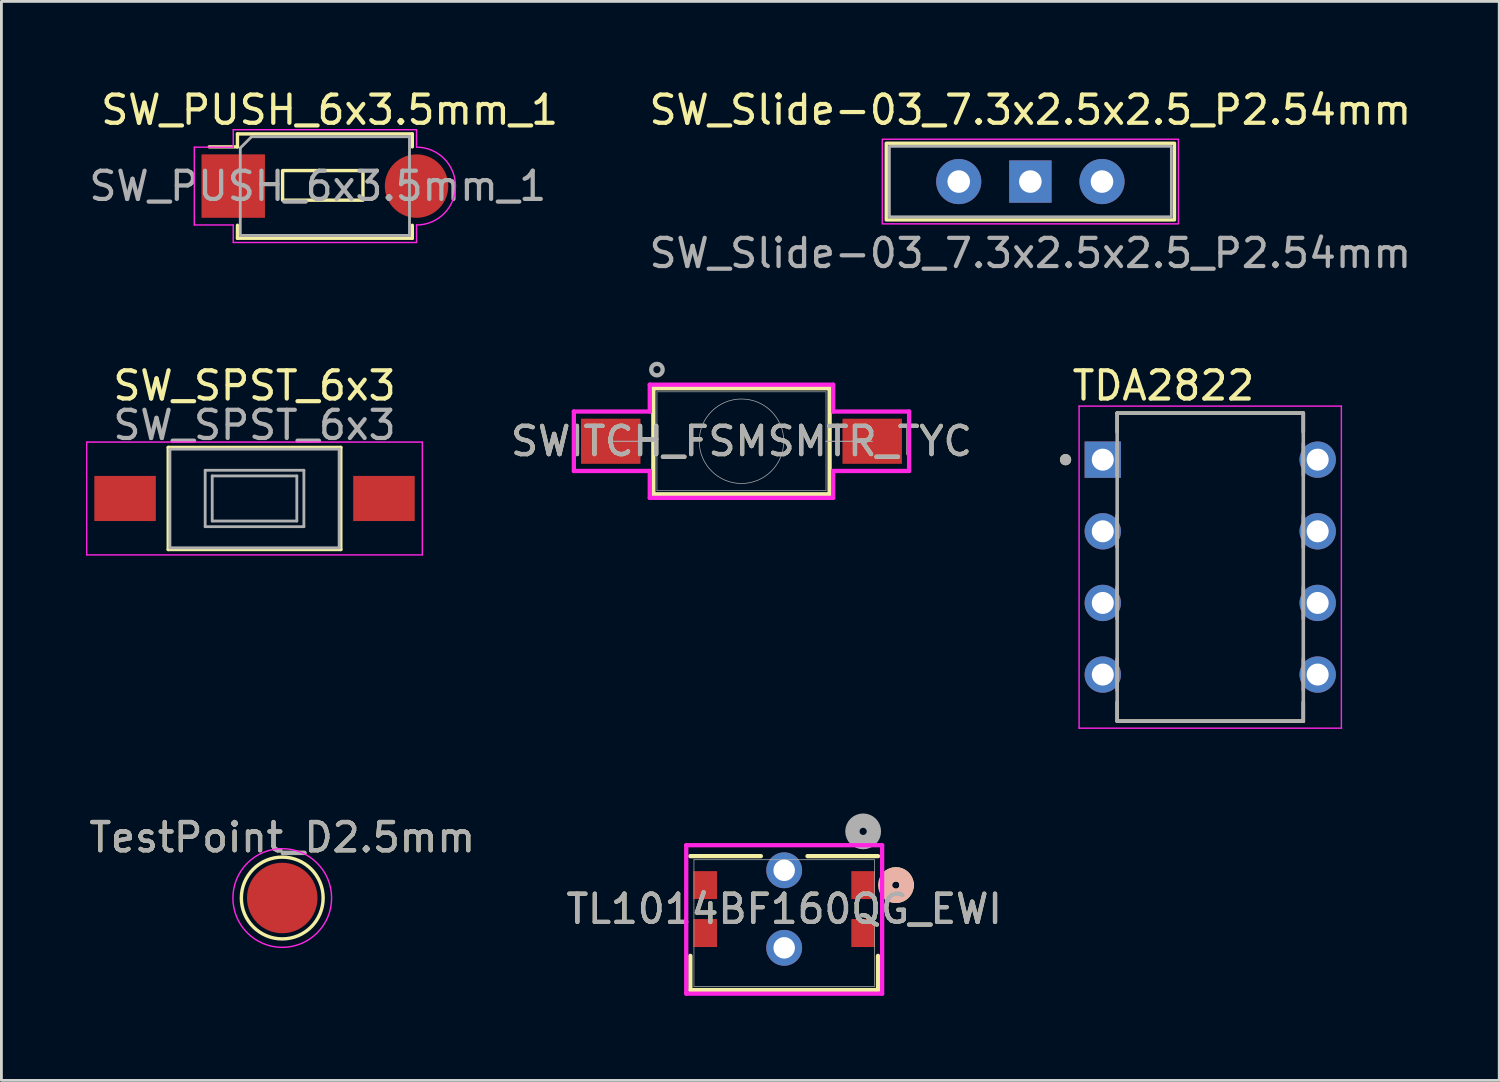
<source format=kicad_pcb>
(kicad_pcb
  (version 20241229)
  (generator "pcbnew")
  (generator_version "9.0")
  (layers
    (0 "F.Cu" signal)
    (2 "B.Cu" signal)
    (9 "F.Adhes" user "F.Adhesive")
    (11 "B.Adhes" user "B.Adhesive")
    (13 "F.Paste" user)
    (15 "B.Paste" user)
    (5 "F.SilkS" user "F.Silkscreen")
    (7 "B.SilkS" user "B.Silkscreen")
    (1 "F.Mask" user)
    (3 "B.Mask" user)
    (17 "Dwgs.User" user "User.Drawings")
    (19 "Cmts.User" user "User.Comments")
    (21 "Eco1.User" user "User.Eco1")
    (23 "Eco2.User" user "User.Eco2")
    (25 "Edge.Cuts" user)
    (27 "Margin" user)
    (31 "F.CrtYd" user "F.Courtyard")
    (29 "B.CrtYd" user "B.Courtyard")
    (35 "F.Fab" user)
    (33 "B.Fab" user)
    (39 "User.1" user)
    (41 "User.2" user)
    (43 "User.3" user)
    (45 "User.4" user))
  (footprint "SW_PUSH_6x3.5mm_1"
    (layer "F.Cu")
    (at 5.22 3.548)
    (property "Reference" "SW_PUSH_6x3.5mm_1" (at 3.42 -2.7 0) (layer "F.SilkS") (effects (font (size 1 1) (thickness 0.15))))
    (attr through_hole)
    (fp_line (start 0.15 -1.85) (end 0.15 -1.39) (stroke (width 0.12) (type default)) (layer "F.SilkS"))
    (fp_line (start 0.15 -1.39) (end -0.85 -1.39) (stroke (width 0.12) (type default)) (layer "F.SilkS"))
    (fp_line (start 0.15 1.39) (end 0.15 1.85) (stroke (width 0.12) (type solid)) (layer "F.SilkS"))
    (fp_line (start 0.15 1.85) (end 6.35 1.85) (stroke (width 0.12) (type solid)) (layer "F.SilkS"))
    (fp_line (start 6.35 -1.85) (end 0.15 -1.85) (stroke (width 0.12) (type solid)) (layer "F.SilkS"))
    (fp_line (start 6.35 -1.85) (end 6.35 -1.39) (stroke (width 0.12) (type solid)) (layer "F.SilkS"))
    (fp_line (start 6.35 1.39) (end 6.35 1.85) (stroke (width 0.12) (type solid)) (layer "F.SilkS"))
    (fp_rect (start 1.75 -0.55) (end 4.6 0.5) (stroke (width 0.12) (type default)) (fill no) (layer "F.SilkS"))
    (fp_line (start -1.38 -1.38) (end 0 -1.38) (stroke (width 0.05) (type default)) (layer "F.CrtYd"))
    (fp_line (start -1.38 1.38) (end -1.38 -1.38) (stroke (width 0.05) (type solid)) (layer "F.CrtYd"))
    (fp_line (start -1.38 1.38) (end 0 1.38) (stroke (width 0.05) (type default)) (layer "F.CrtYd"))
    (fp_line (start 0 -2) (end 0 -1.38) (stroke (width 0.05) (type default)) (layer "F.CrtYd"))
    (fp_line (start 0 -2) (end 6.5 -2) (stroke (width 0.05) (type solid)) (layer "F.CrtYd"))
    (fp_line (start 0 1.38) (end 0 2) (stroke (width 0.05) (type default)) (layer "F.CrtYd"))
    (fp_line (start 6.5 -2) (end 6.5 -1.38) (stroke (width 0.05) (type default)) (layer "F.CrtYd"))
    (fp_line (start 6.5 1.38) (end 6.5 2) (stroke (width 0.05) (type default)) (layer "F.CrtYd"))
    (fp_line (start 6.5 2) (end 0 2) (stroke (width 0.05) (type solid)) (layer "F.CrtYd"))
    (fp_arc (start 6.5 -1.38) (mid 7.88 0) (end 6.5 1.38) (stroke (width 0.05) (type default)) (layer "F.CrtYd"))
    (fp_line (start 0.25 1.75) (end 0.25 -1.35) (stroke (width 0.1) (type solid)) (layer "F.Fab"))
    (fp_line (start 0.65 -1.75) (end 0.25 -1.35) (stroke (width 0.1) (type default)) (layer "F.Fab"))
    (fp_line (start 0.65 -1.75) (end 6.25 -1.75) (stroke (width 0.1) (type solid)) (layer "F.Fab"))
    (fp_line (start 6.25 -1.75) (end 6.25 1.75) (stroke (width 0.1) (type solid)) (layer "F.Fab"))
    (fp_line (start 6.25 1.75) (end 0.25 1.75) (stroke (width 0.1) (type solid)) (layer "F.Fab"))
    (fp_text user "${REFERENCE}" (at 3 0 0) (layer "F.Fab") (effects (font (size 1 1) (thickness 0.15))))
    (pad "1" smd rect (at 0 0 90) (size 2.25 2.25) (layers "F.Cu" "F.Mask" "F.Paste"))
    (pad "2" smd oval (at 6.5 0 90) (size 2.25 2.25) (layers "F.Cu" "F.Mask" "F.Paste")))
  (footprint "TL1014BF160QG_EWI"
    (layer "F.Cu")
    (at 24.756 29.682)
    (property "Reference" "TL1014BF160QG_EWI" (at 0 -0.498 0) (unlocked yes) (layer "F.SilkS") (effects (font (size 1 1) (thickness 0.15))))
    (attr smd)
    (fp_line (start -3.327 1.162) (end -3.327 2.375) (stroke (width 0.152) (type solid)) (layer "F.SilkS"))
    (fp_line (start -3.327 2.375) (end 3.327 2.375) (stroke (width 0.152) (type solid)) (layer "F.SilkS"))
    (fp_line (start -0.827 -2.375) (end -3.327 -2.375) (stroke (width 0.152) (type solid)) (layer "F.SilkS"))
    (fp_line (start 3.327 -2.375) (end 0.827 -2.375) (stroke (width 0.152) (type solid)) (layer "F.SilkS"))
    (fp_line (start 3.327 2.375) (end 3.327 1.162) (stroke (width 0.152) (type solid)) (layer "F.SilkS"))
    (fp_arc (start 3.729639 -1.649535) (mid 4.130446 -1.689838) (end 4.3434 -1.3479) (stroke (width 0.508) (type solid)) (layer "F.SilkS"))
    (fp_arc (start 4.3434 -1.347899) (mid 4.130446 -1.005962) (end 3.729639 -1.046265) (stroke (width 0.508) (type solid)) (layer "F.SilkS"))
    (fp_circle (center 3.962 -1.348) (end 4.343 -1.348) (stroke (width 0.508) (type solid)) (fill no) (layer "B.SilkS"))
    (fp_line (start -3.473 -2.762) (end -3.473 2.502) (stroke (width 0.152) (type solid)) (layer "F.CrtYd"))
    (fp_line (start -3.473 2.502) (end 3.473 2.502) (stroke (width 0.152) (type solid)) (layer "F.CrtYd"))
    (fp_line (start 3.473 -2.762) (end -3.473 -2.762) (stroke (width 0.152) (type solid)) (layer "F.CrtYd"))
    (fp_line (start 3.473 2.502) (end 3.473 -2.762) (stroke (width 0.152) (type solid)) (layer "F.CrtYd"))
    (fp_line (start -3.2 -2.248) (end -3.2 2.248) (stroke (width 0.025) (type solid)) (layer "F.Fab"))
    (fp_line (start -3.2 2.248) (end 3.2 2.248) (stroke (width 0.025) (type solid)) (layer "F.Fab"))
    (fp_line (start 3.2 -2.248) (end -3.2 -2.248) (stroke (width 0.025) (type solid)) (layer "F.Fab"))
    (fp_line (start 3.2 2.248) (end 3.2 -2.248) (stroke (width 0.025) (type solid)) (layer "F.Fab"))
    (fp_circle (center 2.8 -3.253) (end 3.181 -3.253) (stroke (width 0.508) (type solid)) (fill no) (layer "F.Fab"))
    (fp_text user "${REFERENCE}" (at 0 -0.498 0) (unlocked yes) (layer "F.Fab") (effects (font (size 1 1) (thickness 0.15))))
    (pad "1" smd rect (at 2.8 -1.348) (size 0.838 0.991) (layers "F.Cu" "F.Mask" "F.Paste"))
    (pad "2" smd rect (at 2.8 0.352) (size 0.838 0.991) (layers "F.Cu" "F.Mask" "F.Paste"))
    (pad "3" smd rect (at -2.8 -1.348) (size 0.838 0.991) (layers "F.Cu" "F.Mask" "F.Paste"))
    (pad "4" smd rect (at -2.8 0.352) (size 0.838 0.991) (layers "F.Cu" "F.Mask" "F.Paste"))
    (pad "5" thru_hole circle (at 0 -1.873 90) (size 1.27 1.27) (drill 0.762) (layers "*.Cu" "*.Mask"))
    (pad "6" thru_hole circle (at 0 0.877 90) (size 1.27 1.27) (drill 0.762) (layers "*.Cu" "*.Mask")))
  (footprint "SWITCH_FSMSMTR_TYC"
    (layer "F.Cu")
    (at 18.606 12.596)
    (property "Reference" "SWITCH_FSMSMTR_TYC" (at 4.636 0 0) (unlocked yes) (layer "F.SilkS") (effects (font (size 1 1) (thickness 0.15))))
    (attr smd)
    (fp_line (start 1.511 -1.88) (end 1.511 1.88) (stroke (width 0.152) (type solid)) (layer "F.SilkS"))
    (fp_line (start 1.511 1.88) (end 7.76 1.88) (stroke (width 0.152) (type solid)) (layer "F.SilkS"))
    (fp_line (start 7.76 -1.88) (end 1.511 -1.88) (stroke (width 0.152) (type solid)) (layer "F.SilkS"))
    (fp_line (start 7.76 1.88) (end 7.76 -1.88) (stroke (width 0.152) (type solid)) (layer "F.SilkS"))
    (fp_line (start -1.308 -1.054) (end 1.384 -1.054) (stroke (width 0.152) (type solid)) (layer "F.CrtYd"))
    (fp_line (start -1.308 1.054) (end -1.308 -1.054) (stroke (width 0.152) (type solid)) (layer "F.CrtYd"))
    (fp_line (start -1.308 1.054) (end 1.384 1.054) (stroke (width 0.152) (type solid)) (layer "F.CrtYd"))
    (fp_line (start 1.384 -2.007) (end 7.887 -2.007) (stroke (width 0.152) (type solid)) (layer "F.CrtYd"))
    (fp_line (start 1.384 -1.054) (end 1.384 -2.007) (stroke (width 0.152) (type solid)) (layer "F.CrtYd"))
    (fp_line (start 1.384 2.007) (end 1.384 1.054) (stroke (width 0.152) (type solid)) (layer "F.CrtYd"))
    (fp_line (start 7.887 -2.007) (end 7.887 -1.054) (stroke (width 0.152) (type solid)) (layer "F.CrtYd"))
    (fp_line (start 7.887 1.054) (end 7.887 2.007) (stroke (width 0.152) (type solid)) (layer "F.CrtYd"))
    (fp_line (start 7.887 2.007) (end 1.384 2.007) (stroke (width 0.152) (type solid)) (layer "F.CrtYd"))
    (fp_line (start 10.579 -1.054) (end 7.887 -1.054) (stroke (width 0.152) (type solid)) (layer "F.CrtYd"))
    (fp_line (start 10.579 -1.054) (end 10.579 1.054) (stroke (width 0.152) (type solid)) (layer "F.CrtYd"))
    (fp_line (start 10.579 1.054) (end 7.887 1.054) (stroke (width 0.152) (type solid)) (layer "F.CrtYd"))
    (fp_line (start 0 0) (end 0 0) (stroke (width 0.025) (type solid)) (layer "F.Fab"))
    (fp_line (start 0 0) (end 1.638 0) (stroke (width 0.025) (type solid)) (layer "F.Fab"))
    (fp_line (start 1.638 -1.753) (end 1.638 1.753) (stroke (width 0.025) (type solid)) (layer "F.Fab"))
    (fp_line (start 1.638 0) (end 0 0) (stroke (width 0.025) (type solid)) (layer "F.Fab"))
    (fp_line (start 1.638 0) (end 1.638 0) (stroke (width 0.025) (type solid)) (layer "F.Fab"))
    (fp_line (start 1.638 1.753) (end 7.633 1.753) (stroke (width 0.025) (type solid)) (layer "F.Fab"))
    (fp_line (start 7.633 -1.753) (end 1.638 -1.753) (stroke (width 0.025) (type solid)) (layer "F.Fab"))
    (fp_line (start 7.633 0) (end 7.633 0) (stroke (width 0.025) (type solid)) (layer "F.Fab"))
    (fp_line (start 7.633 0) (end 9.271 0) (stroke (width 0.025) (type solid)) (layer "F.Fab"))
    (fp_line (start 7.633 1.753) (end 7.633 -1.753) (stroke (width 0.025) (type solid)) (layer "F.Fab"))
    (fp_line (start 9.271 0) (end 7.633 0) (stroke (width 0.025) (type solid)) (layer "F.Fab"))
    (fp_line (start 9.271 0) (end 9.271 0) (stroke (width 0.025) (type solid)) (layer "F.Fab"))
    (fp_circle (center 1.638 -2.54) (end 1.841 -2.54) (stroke (width 0.152) (type solid)) (fill no) (layer "F.Fab"))
    (fp_circle (center 4.636 0) (end 6.134 0) (stroke (width 0.025) (type solid)) (fill no) (layer "F.Fab"))
    (fp_text user "${REFERENCE}" (at 4.636 0 0) (unlocked yes) (layer "F.Fab") (effects (font (size 1 1) (thickness 0.15))))
    (pad "1" smd rect (at 0 0) (size 2.108 1.6) (layers "F.Cu" "F.Mask" "F.Paste"))
    (pad "2" smd rect (at 9.271 0) (size 2.108 1.6) (layers "F.Cu" "F.Mask" "F.Paste")))
  (footprint "SW_SPST_6x3"
    (layer "F.Cu")
    (at 5.975 14.625)
    (property "Reference" "SW_SPST_6x3" (at 0 -4 0) (layer "F.SilkS") (effects (font (size 1 1) (thickness 0.15))))
    (attr smd)
    (fp_line (start -3.06 -1.81) (end 3.06 -1.81) (stroke (width 0.12) (type solid)) (layer "F.SilkS"))
    (fp_line (start -3.06 1.81) (end -3.06 -1.81) (stroke (width 0.12) (type solid)) (layer "F.SilkS"))
    (fp_line (start 3.06 -1.81) (end 3.06 1.81) (stroke (width 0.12) (type solid)) (layer "F.SilkS"))
    (fp_line (start 3.06 1.81) (end -3.06 1.81) (stroke (width 0.12) (type solid)) (layer "F.SilkS"))
    (fp_line (start -5.95 -2) (end -5.95 2) (stroke (width 0.05) (type solid)) (layer "F.CrtYd"))
    (fp_line (start -5.95 -2) (end 5.95 -2) (stroke (width 0.05) (type solid)) (layer "F.CrtYd"))
    (fp_line (start -5.95 2) (end 5.95 2) (stroke (width 0.05) (type solid)) (layer "F.CrtYd"))
    (fp_line (start 5.95 -2) (end 5.95 2) (stroke (width 0.05) (type solid)) (layer "F.CrtYd"))
    (fp_line (start -3 -1.75) (end -3 1.75) (stroke (width 0.1) (type solid)) (layer "F.Fab"))
    (fp_line (start -3 -1.75) (end 3 -1.75) (stroke (width 0.1) (type solid)) (layer "F.Fab"))
    (fp_line (start -3 1.75) (end 3 1.75) (stroke (width 0.1) (type solid)) (layer "F.Fab"))
    (fp_line (start -1.75 -1) (end 1.75 -1) (stroke (width 0.1) (type solid)) (layer "F.Fab"))
    (fp_line (start -1.75 1) (end -1.75 -1) (stroke (width 0.1) (type solid)) (layer "F.Fab"))
    (fp_line (start -1.5 -0.8) (end -1.5 0.8) (stroke (width 0.1) (type solid)) (layer "F.Fab"))
    (fp_line (start -1.5 -0.8) (end 1.5 -0.8) (stroke (width 0.1) (type solid)) (layer "F.Fab"))
    (fp_line (start -1.5 0.8) (end 1.5 0.8) (stroke (width 0.1) (type solid)) (layer "F.Fab"))
    (fp_line (start 1.5 -0.8) (end 1.5 0.8) (stroke (width 0.1) (type solid)) (layer "F.Fab"))
    (fp_line (start 1.75 -1) (end 1.75 1) (stroke (width 0.1) (type solid)) (layer "F.Fab"))
    (fp_line (start 1.75 1) (end -1.75 1) (stroke (width 0.1) (type solid)) (layer "F.Fab"))
    (fp_line (start 3 -1.75) (end 3 1.75) (stroke (width 0.1) (type solid)) (layer "F.Fab"))
    (fp_text user "${REFERENCE}" (at 0 -2.6 0) (layer "F.Fab") (effects (font (size 1 1) (thickness 0.15))))
    (pad "1" smd rect (at -4.59 0) (size 2.18 1.6) (layers "F.Cu" "F.Mask" "F.Paste"))
    (pad "2" smd rect (at 4.59 0) (size 2.18 1.6) (layers "F.Cu" "F.Mask" "F.Paste")))
  (footprint "SW_Slide-03_7.3x2.5x2.5_P2.54mm"
    (layer "F.Cu")
    (at 33.485 3.388)
    (property "Reference" "SW_Slide-03_7.3x2.5x2.5_P2.54mm" (at 0 -2.54 0) (layer "F.SilkS") (effects (font (size 1 1) (thickness 0.15))))
    (attr through_hole)
    (fp_rect (start -5.11 -1.36) (end 5.11 1.36) (stroke (width 0.12) (type default)) (fill no) (layer "F.SilkS"))
    (fp_rect (start -5.25 -1.5) (end 5.25 1.5) (stroke (width 0.05) (type default)) (fill no) (layer "F.CrtYd"))
    (fp_rect (start -5 -1.25) (end 5 1.25) (stroke (width 0.1) (type default)) (fill no) (layer "F.Fab"))
    (fp_text user "${REFERENCE}" (at 0 2.54 0) (layer "F.Fab") (effects (font (size 1 1) (thickness 0.15))))
    (pad "1" thru_hole rect (at 0 0) (size 1.5 1.5) (drill 0.8) (layers "*.Cu" "*.Mask"))
    (pad "2" thru_hole circle (at -2.54 0) (size 1.6 1.6) (drill 0.8) (layers "*.Cu" "*.Mask"))
    (pad "3" thru_hole circle (at 2.54 0) (size 1.6 1.6) (drill 0.8) (layers "*.Cu" "*.Mask")))
  (footprint "TDA2822"
    (layer "F.Cu")
    (at 39.863 17.059)
    (property "Reference" "TDA2822" (at -1.66 -6.434 0) (layer "F.SilkS") (effects (font (size 1 1) (thickness 0.15))))
    (attr through_hole)
    (fp_line (start -3.3 -5.46) (end -3.3 -4.79) (stroke (width 0.127) (type solid)) (layer "F.SilkS"))
    (fp_line (start -3.3 4.79) (end -3.3 5.46) (stroke (width 0.127) (type solid)) (layer "F.SilkS"))
    (fp_line (start -3.3 5.46) (end 3.3 5.46) (stroke (width 0.127) (type solid)) (layer "F.SilkS"))
    (fp_line (start 3.3 -5.46) (end -3.3 -5.46) (stroke (width 0.127) (type solid)) (layer "F.SilkS"))
    (fp_line (start 3.3 -4.79) (end 3.3 -5.46) (stroke (width 0.127) (type solid)) (layer "F.SilkS"))
    (fp_line (start 3.3 5.46) (end 3.3 4.79) (stroke (width 0.127) (type solid)) (layer "F.SilkS"))
    (fp_circle (center -5.13 -3.81) (end -5.03 -3.81) (stroke (width 0.2) (type solid)) (fill no) (layer "F.SilkS"))
    (fp_line (start -4.65 -5.71) (end -4.65 5.71) (stroke (width 0.05) (type solid)) (layer "F.CrtYd"))
    (fp_line (start -4.65 5.71) (end 4.65 5.71) (stroke (width 0.05) (type solid)) (layer "F.CrtYd"))
    (fp_line (start 4.65 -5.71) (end -4.65 -5.71) (stroke (width 0.05) (type solid)) (layer "F.CrtYd"))
    (fp_line (start 4.65 5.71) (end 4.65 -5.71) (stroke (width 0.05) (type solid)) (layer "F.CrtYd"))
    (fp_line (start -3.302 -3.251) (end -3.302 -4.369) (stroke (width 0.127) (type solid)) (layer "F.Fab"))
    (fp_line (start -3.302 -0.711) (end -3.302 -1.829) (stroke (width 0.127) (type solid)) (layer "F.Fab"))
    (fp_line (start -3.302 1.829) (end -3.302 0.711) (stroke (width 0.127) (type solid)) (layer "F.Fab"))
    (fp_line (start -3.302 4.369) (end -3.302 3.251) (stroke (width 0.127) (type solid)) (layer "F.Fab"))
    (fp_line (start -3.3 -5.46) (end -3.3 5.46) (stroke (width 0.127) (type solid)) (layer "F.Fab"))
    (fp_line (start -3.3 5.46) (end 3.3 5.46) (stroke (width 0.127) (type solid)) (layer "F.Fab"))
    (fp_line (start 3.3 -5.46) (end -3.3 -5.46) (stroke (width 0.127) (type solid)) (layer "F.Fab"))
    (fp_line (start 3.3 5.46) (end 3.3 -5.46) (stroke (width 0.127) (type solid)) (layer "F.Fab"))
    (fp_line (start 3.302 -4.369) (end 3.302 -3.251) (stroke (width 0.127) (type solid)) (layer "F.Fab"))
    (fp_line (start 3.302 -1.829) (end 3.302 -0.711) (stroke (width 0.127) (type solid)) (layer "F.Fab"))
    (fp_line (start 3.302 0.711) (end 3.302 1.829) (stroke (width 0.127) (type solid)) (layer "F.Fab"))
    (fp_line (start 3.302 3.251) (end 3.302 4.369) (stroke (width 0.127) (type solid)) (layer "F.Fab"))
    (fp_circle (center -5.13 -3.81) (end -5.03 -3.81) (stroke (width 0.2) (type solid)) (fill no) (layer "F.Fab"))
    (pad "1" thru_hole rect (at -3.81 -3.81) (size 1.288 1.288) (drill 0.78) (layers "*.Cu" "*.Mask"))
    (pad "2" thru_hole circle (at -3.81 -1.27) (size 1.288 1.288) (drill 0.78) (layers "*.Cu" "*.Mask"))
    (pad "3" thru_hole circle (at -3.81 1.27) (size 1.288 1.288) (drill 0.78) (layers "*.Cu" "*.Mask"))
    (pad "4" thru_hole circle (at -3.81 3.81) (size 1.288 1.288) (drill 0.78) (layers "*.Cu" "*.Mask"))
    (pad "5" thru_hole circle (at 3.81 3.81) (size 1.288 1.288) (drill 0.78) (layers "*.Cu" "*.Mask"))
    (pad "6" thru_hole circle (at 3.81 1.27) (size 1.288 1.288) (drill 0.78) (layers "*.Cu" "*.Mask"))
    (pad "7" thru_hole circle (at 3.81 -1.27) (size 1.288 1.288) (drill 0.78) (layers "*.Cu" "*.Mask"))
    (pad "8" thru_hole circle (at 3.81 -3.81) (size 1.288 1.288) (drill 0.78) (layers "*.Cu" "*.Mask")))
  (footprint "TestPoint_D2.5mm"
    (layer "F.Cu")
    (at 6.958 28.792)
    (property "Reference" "TestPoint_D2.5mm" (at 0 -2.148 0) (layer "F.SilkS") (effects (font (size 1 1) (thickness 0.15))))
    (attr exclude_from_pos_files exclude_from_bom)
    (fp_circle (center 0 0) (end 0 1.45) (stroke (width 0.12) (type solid)) (fill no) (layer "F.SilkS"))
    (fp_circle (center 0 0) (end 1.75 0) (stroke (width 0.05) (type solid)) (fill no) (layer "F.CrtYd"))
    (fp_text user "${REFERENCE}" (at 0 -2.15 0) (layer "F.Fab") (effects (font (size 1 1) (thickness 0.15))))
    (pad "1" smd circle (at 0 0) (size 2.5 2.5) (layers "F.Cu" "F.Mask")))
  (gr_rect
    (start -3 -3)
    (end 50.11 35.26)
    (stroke (width 0.1) (type default))
    (fill no)
    (layer "Edge.Cuts")))
</source>
